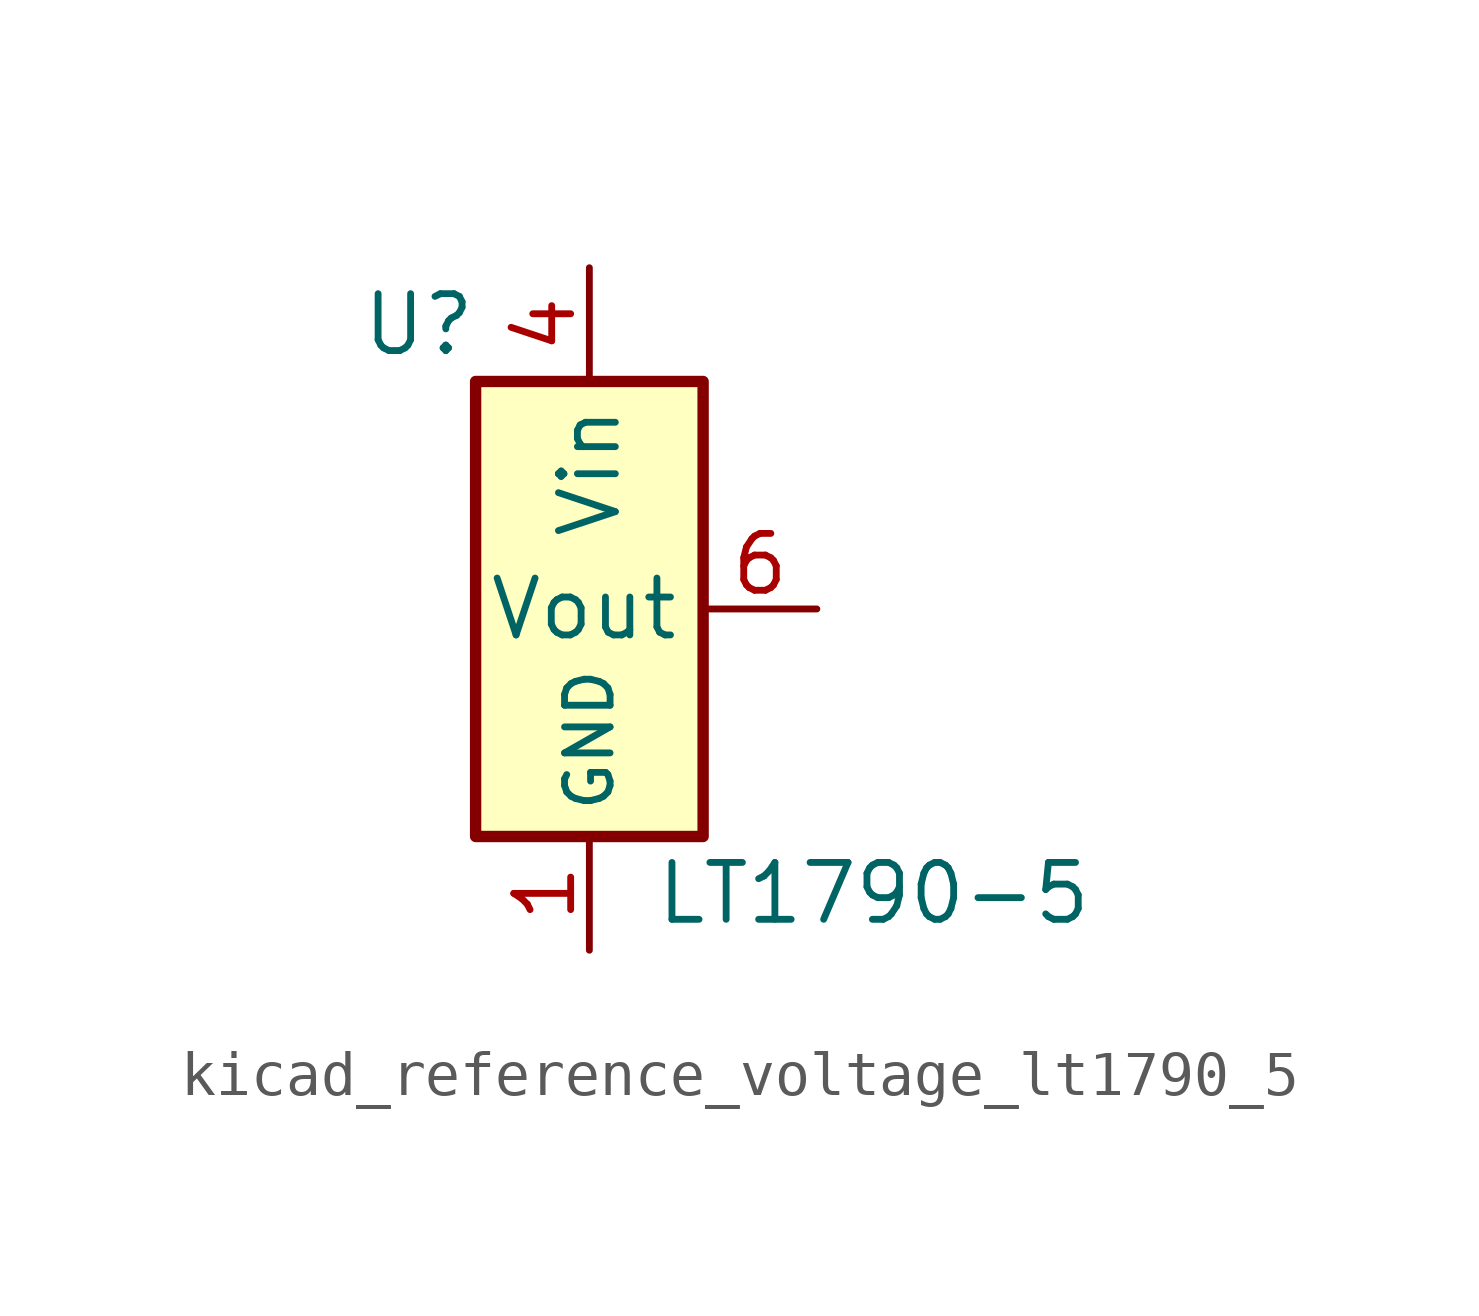
<source format=kicad_sym>
(kicad_symbol_lib
  (version 20220914)
  (generator kicad_symbol_editor)
  (symbol "kicad_reference_voltage_lt1790_5"
    (property "Reference" "U"
      (at -3.81 6.35 0)
      (effects (font (size 1.27 1.27))))
    (property "Value" "LT1790-5"
      (at 6.35 -6.35 0)
      (effects (font (size 1.27 1.27))))
    (symbol "kicad_reference_voltage_lt1790_5_0_1"
      (rectangle (start 2.54 5.08) (end -2.54 -5.08) (stroke (width 0.254) (type default)) (fill (type background))))
    (symbol "kicad_reference_voltage_lt1790_5_1_1"
      (pin power_in line (at 0 -7.62 90) (length 2.54) (name "GND" (effects (font (size 1.016 1.016)))) (number "1" (effects (font (size 1.27 1.27)))))
      (pin passive line (at 0 -7.62 90) (length 2.54) hide (name "GND" (effects (font (size 1.016 1.016)))) (number "2" (effects (font (size 1.27 1.27)))))
      (pin power_in line (at 0 7.62 270) (length 2.54) (name "Vin" (effects (font (size 1.27 1.27)))) (number "4" (effects (font (size 1.27 1.27)))))
      (pin output line (at 5.08 0 180) (length 2.54) (name "Vout" (effects (font (size 1.27 1.27)))) (number "6" (effects (font (size 1.27 1.27))))))))
</source>
